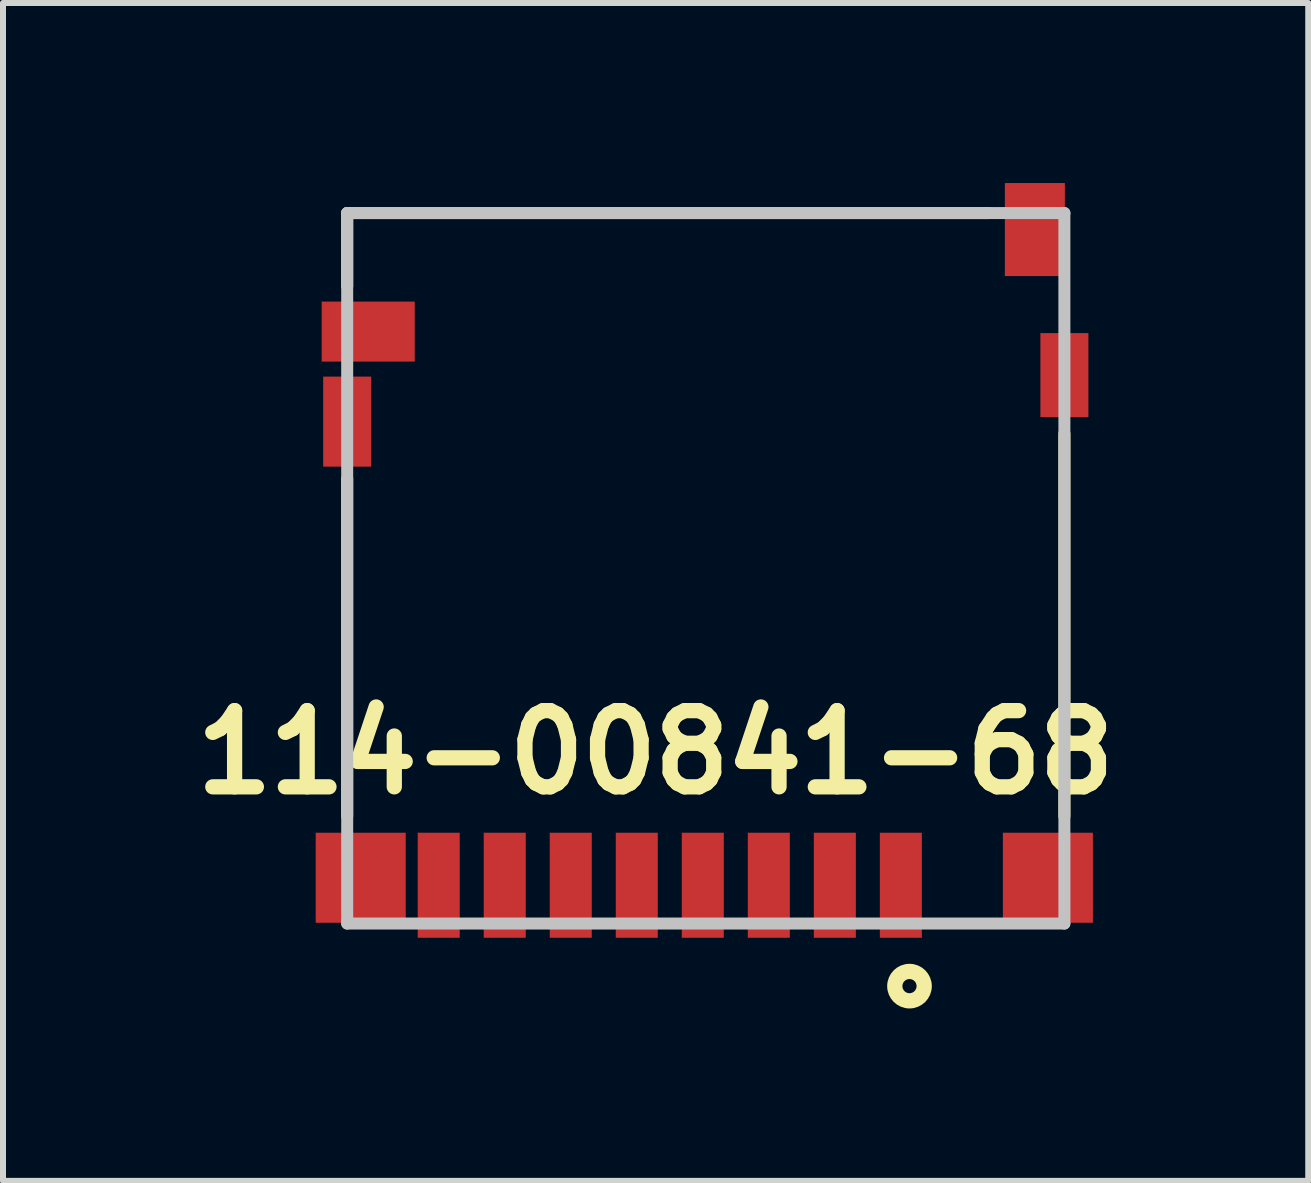
<source format=kicad_pcb>
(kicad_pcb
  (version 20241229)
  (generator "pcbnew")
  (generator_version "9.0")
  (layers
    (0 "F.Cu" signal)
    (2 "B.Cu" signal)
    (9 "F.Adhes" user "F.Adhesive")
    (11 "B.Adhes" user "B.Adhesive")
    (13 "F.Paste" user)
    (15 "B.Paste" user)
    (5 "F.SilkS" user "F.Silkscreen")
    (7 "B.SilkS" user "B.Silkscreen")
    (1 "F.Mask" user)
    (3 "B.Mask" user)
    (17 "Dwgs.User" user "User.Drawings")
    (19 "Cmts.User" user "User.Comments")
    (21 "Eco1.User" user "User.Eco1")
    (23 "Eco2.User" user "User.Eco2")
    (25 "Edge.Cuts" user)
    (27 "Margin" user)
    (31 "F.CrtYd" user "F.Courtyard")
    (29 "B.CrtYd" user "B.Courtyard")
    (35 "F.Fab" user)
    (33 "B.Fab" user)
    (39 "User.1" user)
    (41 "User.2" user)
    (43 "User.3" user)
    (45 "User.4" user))
  (footprint "114-00841-68"
    (layer "F.Cu")
    (at 14.685 3.2)
    (property "Reference" "114-00841-68" (at -6.811 6.286 0) (layer "F.SilkS") (effects (font (size 1.27 1.27) (thickness 0.254))))
    (attr smd)
    (fp_line (start -11.95 -2.7) (end -11.95 -1.481) (stroke (width 0.2) (type solid)) (layer "F.SilkS"))
    (fp_line (start -11.95 -2.7) (end -1.263 -2.7) (stroke (width 0.2) (type solid)) (layer "F.SilkS"))
    (fp_line (start -11.95 1.725) (end -11.95 7.349) (stroke (width 0.2) (type solid)) (layer "F.SilkS"))
    (fp_line (start 0 0.977) (end 0 7.349) (stroke (width 0.2) (type solid)) (layer "F.SilkS"))
    (fp_circle (center -2.581 10.181) (end -2.699 10.181) (stroke (width 0.254) (type solid)) (fill no) (layer "F.SilkS"))
    (fp_line (start -11.95 -2.7) (end 0 -2.7) (stroke (width 0.2) (type solid)) (layer "Dwgs.User"))
    (fp_line (start -11.95 9.138) (end -11.95 -2.7) (stroke (width 0.2) (type solid)) (layer "Dwgs.User"))
    (fp_line (start 0 -2.7) (end 0 9.138) (stroke (width 0.2) (type solid)) (layer "Dwgs.User"))
    (fp_line (start 0 9.138) (end -11.95 9.138) (stroke (width 0.2) (type solid)) (layer "Dwgs.User"))
    (pad "1" smd rect (at -2.725 8.5) (size 0.7 1.75) (layers "F.Cu" "F.Mask" "F.Paste"))
    (pad "2" smd rect (at -3.825 8.5) (size 0.7 1.75) (layers "F.Cu" "F.Mask" "F.Paste"))
    (pad "3" smd rect (at -4.925 8.5) (size 0.7 1.75) (layers "F.Cu" "F.Mask" "F.Paste"))
    (pad "4" smd rect (at -6.025 8.5) (size 0.7 1.75) (layers "F.Cu" "F.Mask" "F.Paste"))
    (pad "5" smd rect (at -7.125 8.5) (size 0.7 1.75) (layers "F.Cu" "F.Mask" "F.Paste"))
    (pad "6" smd rect (at -8.225 8.5) (size 0.7 1.75) (layers "F.Cu" "F.Mask" "F.Paste"))
    (pad "7" smd rect (at -9.325 8.5) (size 0.7 1.75) (layers "F.Cu" "F.Mask" "F.Paste"))
    (pad "8" smd rect (at -10.425 8.5) (size 0.7 1.75) (layers "F.Cu" "F.Mask" "F.Paste"))
    (pad "9" smd rect (at -11.95 0.775) (size 0.8 1.5) (layers "F.Cu" "F.Mask" "F.Paste"))
    (pad "9" smd rect (at -11.725 8.375 90) (size 1.5 1.5) (layers "F.Cu" "F.Mask" "F.Paste"))
    (pad "9" smd rect (at -11.6 -0.725 90) (size 1 1.55) (layers "F.Cu" "F.Mask" "F.Paste"))
    (pad "9" smd rect (at -0.492 -2.425) (size 1 1.55) (layers "F.Cu" "F.Mask" "F.Paste"))
    (pad "9" smd rect (at -0.275 8.375 90) (size 1.5 1.5) (layers "F.Cu" "F.Mask" "F.Paste"))
    (pad "9" smd rect (at 0 0) (size 0.8 1.4) (layers "F.Cu" "F.Mask" "F.Paste")))
  (gr_rect
    (start -3 -3)
    (end 18.748 16.626)
    (stroke (width 0.1) (type default))
    (fill no)
    (layer "Edge.Cuts")))
</source>
